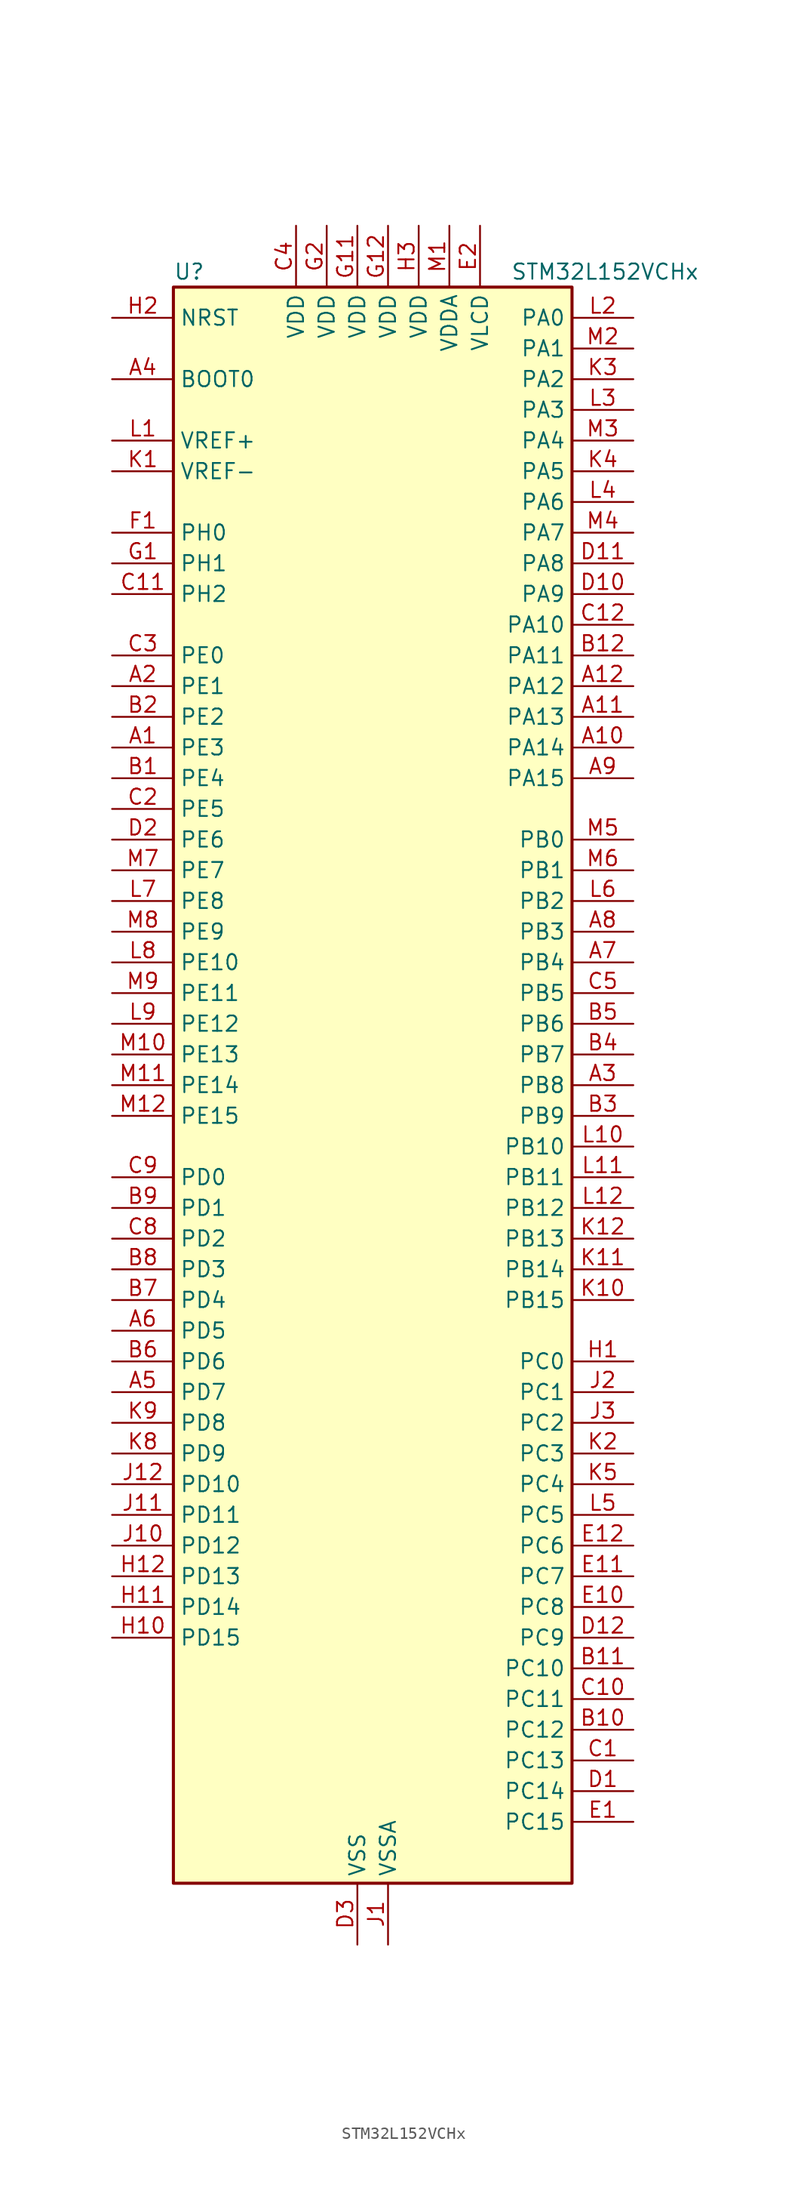
<source format=kicad_sym>
(kicad_symbol_lib
  (version 20231120)
  (generator "kicad-library-utils")
  (generator_version "8.0")
  (symbol "STM32L152VCHx"
    (property "Reference" "U"
      (at -15.24 67.31 0)
      (effects (font (size 1.27 1.27)) (justify left)))
    (property "Value" "STM32L152VCHx"
      (at 12.7 67.31 0)
      (effects (font (size 1.27 1.27)) (justify left)))
    (symbol "STM32L152VCHx_0_1"
      (rectangle (start -15.24 -66.04) (end 17.78 66.04) (stroke (width 0.254) (type default)) (fill (type background))))
    (symbol "STM32L152VCHx_1_1"
      (pin bidirectional line (at -20.32 27.94 0) (length 5.08) (name "PE3" (effects (font (size 1.27 1.27)))) (number "A1" (effects (font (size 1.27 1.27)))) (alternate "LCD_SEG39" bidirectional line) (alternate "SYS_TRACED0" bidirectional line) (alternate "TIM3_CH1" bidirectional line) (alternate "TIMX_IC4" bidirectional line))
      (pin bidirectional line (at 22.86 27.94 180) (length 5.08) (name "PA14" (effects (font (size 1.27 1.27)))) (number "A10" (effects (font (size 1.27 1.27)))) (alternate "SYS_JTCK-SWCLK" bidirectional line) (alternate "TIMX_IC3" bidirectional line) (alternate "TS_G5_IO2" bidirectional line))
      (pin bidirectional line (at 22.86 30.48 180) (length 5.08) (name "PA13" (effects (font (size 1.27 1.27)))) (number "A11" (effects (font (size 1.27 1.27)))) (alternate "SYS_JTMS-SWDIO" bidirectional line) (alternate "TIMX_IC2" bidirectional line) (alternate "TS_G5_IO1" bidirectional line))
      (pin bidirectional line (at 22.86 33.02 180) (length 5.08) (name "PA12" (effects (font (size 1.27 1.27)))) (number "A12" (effects (font (size 1.27 1.27)))) (alternate "SPI1_MOSI" bidirectional line) (alternate "TIMX_IC1" bidirectional line) (alternate "USART1_RTS" bidirectional line) (alternate "USB_DP" bidirectional line))
      (pin bidirectional line (at -20.32 33.02 0) (length 5.08) (name "PE1" (effects (font (size 1.27 1.27)))) (number "A2" (effects (font (size 1.27 1.27)))) (alternate "LCD_SEG37" bidirectional line) (alternate "TIM11_CH1" bidirectional line) (alternate "TIMX_IC2" bidirectional line))
      (pin bidirectional line (at 22.86 0 180) (length 5.08) (name "PB8" (effects (font (size 1.27 1.27)))) (number "A3" (effects (font (size 1.27 1.27)))) (alternate "I2C1_SCL" bidirectional line) (alternate "LCD_SEG16" bidirectional line) (alternate "TIM10_CH1" bidirectional line) (alternate "TIM4_CH3" bidirectional line))
      (pin input line (at -20.32 58.42 0) (length 5.08) (name "BOOT0" (effects (font (size 1.27 1.27)))) (number "A4" (effects (font (size 1.27 1.27)))))
      (pin bidirectional line (at -20.32 -25.4 0) (length 5.08) (name "PD7" (effects (font (size 1.27 1.27)))) (number "A5" (effects (font (size 1.27 1.27)))) (alternate "TIM9_CH2" bidirectional line) (alternate "TIMX_IC4" bidirectional line) (alternate "USART2_CK" bidirectional line))
      (pin bidirectional line (at -20.32 -20.32 0) (length 5.08) (name "PD5" (effects (font (size 1.27 1.27)))) (number "A6" (effects (font (size 1.27 1.27)))) (alternate "TIMX_IC2" bidirectional line) (alternate "USART2_TX" bidirectional line))
      (pin bidirectional line (at 22.86 10.16 180) (length 5.08) (name "PB4" (effects (font (size 1.27 1.27)))) (number "A7" (effects (font (size 1.27 1.27)))) (alternate "COMP2_INP" bidirectional line) (alternate "LCD_SEG8" bidirectional line) (alternate "SPI1_MISO" bidirectional line) (alternate "SPI3_MISO" bidirectional line) (alternate "SYS_JTRST" bidirectional line) (alternate "TIM3_CH1" bidirectional line) (alternate "TS_G6_IO1" bidirectional line))
      (pin bidirectional line (at 22.86 12.7 180) (length 5.08) (name "PB3" (effects (font (size 1.27 1.27)))) (number "A8" (effects (font (size 1.27 1.27)))) (alternate "COMP2_INM" bidirectional line) (alternate "I2S3_CK" bidirectional line) (alternate "LCD_SEG7" bidirectional line) (alternate "SPI1_SCK" bidirectional line) (alternate "SPI3_SCK" bidirectional line) (alternate "SYS_JTDO-TRACESWO" bidirectional line) (alternate "TIM2_CH2" bidirectional line))
      (pin bidirectional line (at 22.86 25.4 180) (length 5.08) (name "PA15" (effects (font (size 1.27 1.27)))) (number "A9" (effects (font (size 1.27 1.27)))) (alternate "ADC_EXTI15" bidirectional line) (alternate "I2S3_WS" bidirectional line) (alternate "LCD_SEG17" bidirectional line) (alternate "SPI1_NSS" bidirectional line) (alternate "SPI3_NSS" bidirectional line) (alternate "SYS_JTDI" bidirectional line) (alternate "TIM2_CH1" bidirectional line) (alternate "TIM2_ETR" bidirectional line) (alternate "TIMX_IC4" bidirectional line) (alternate "TS_G5_IO3" bidirectional line))
      (pin bidirectional line (at -20.32 25.4 0) (length 5.08) (name "PE4" (effects (font (size 1.27 1.27)))) (number "B1" (effects (font (size 1.27 1.27)))) (alternate "SYS_TRACED1" bidirectional line) (alternate "TIM3_CH2" bidirectional line) (alternate "TIMX_IC1" bidirectional line))
      (pin bidirectional line (at 22.86 -53.34 180) (length 5.08) (name "PC12" (effects (font (size 1.27 1.27)))) (number "B10" (effects (font (size 1.27 1.27)))) (alternate "I2S3_SD" bidirectional line) (alternate "LCD_COM6" bidirectional line) (alternate "LCD_SEG30" bidirectional line) (alternate "LCD_SEG42" bidirectional line) (alternate "SPI3_MOSI" bidirectional line) (alternate "TIMX_IC1" bidirectional line) (alternate "USART3_CK" bidirectional line))
      (pin bidirectional line (at 22.86 -48.26 180) (length 5.08) (name "PC10" (effects (font (size 1.27 1.27)))) (number "B11" (effects (font (size 1.27 1.27)))) (alternate "I2S3_CK" bidirectional line) (alternate "LCD_COM4" bidirectional line) (alternate "LCD_SEG28" bidirectional line) (alternate "LCD_SEG40" bidirectional line) (alternate "SPI3_SCK" bidirectional line) (alternate "TIMX_IC3" bidirectional line) (alternate "USART3_TX" bidirectional line))
      (pin bidirectional line (at 22.86 35.56 180) (length 5.08) (name "PA11" (effects (font (size 1.27 1.27)))) (number "B12" (effects (font (size 1.27 1.27)))) (alternate "ADC_EXTI11" bidirectional line) (alternate "SPI1_MISO" bidirectional line) (alternate "TIMX_IC4" bidirectional line) (alternate "USART1_CTS" bidirectional line) (alternate "USB_DM" bidirectional line))
      (pin bidirectional line (at -20.32 30.48 0) (length 5.08) (name "PE2" (effects (font (size 1.27 1.27)))) (number "B2" (effects (font (size 1.27 1.27)))) (alternate "LCD_SEG38" bidirectional line) (alternate "SYS_TRACECK" bidirectional line) (alternate "TIM3_ETR" bidirectional line) (alternate "TIMX_IC3" bidirectional line))
      (pin bidirectional line (at 22.86 -2.54 180) (length 5.08) (name "PB9" (effects (font (size 1.27 1.27)))) (number "B3" (effects (font (size 1.27 1.27)))) (alternate "DAC_EXTI9" bidirectional line) (alternate "I2C1_SDA" bidirectional line) (alternate "LCD_COM3" bidirectional line) (alternate "TIM11_CH1" bidirectional line) (alternate "TIM4_CH4" bidirectional line))
      (pin bidirectional line (at 22.86 2.54 180) (length 5.08) (name "PB7" (effects (font (size 1.27 1.27)))) (number "B4" (effects (font (size 1.27 1.27)))) (alternate "COMP2_INP" bidirectional line) (alternate "I2C1_SDA" bidirectional line) (alternate "SYS_PVD_IN" bidirectional line) (alternate "TIM4_CH2" bidirectional line) (alternate "TS_G6_IO4" bidirectional line) (alternate "USART1_RX" bidirectional line))
      (pin bidirectional line (at 22.86 5.08 180) (length 5.08) (name "PB6" (effects (font (size 1.27 1.27)))) (number "B5" (effects (font (size 1.27 1.27)))) (alternate "COMP2_INP" bidirectional line) (alternate "I2C1_SCL" bidirectional line) (alternate "TIM4_CH1" bidirectional line) (alternate "TS_G6_IO3" bidirectional line) (alternate "USART1_TX" bidirectional line))
      (pin bidirectional line (at -20.32 -22.86 0) (length 5.08) (name "PD6" (effects (font (size 1.27 1.27)))) (number "B6" (effects (font (size 1.27 1.27)))) (alternate "TIMX_IC3" bidirectional line) (alternate "USART2_RX" bidirectional line))
      (pin bidirectional line (at -20.32 -17.78 0) (length 5.08) (name "PD4" (effects (font (size 1.27 1.27)))) (number "B7" (effects (font (size 1.27 1.27)))) (alternate "I2S2_SD" bidirectional line) (alternate "SPI2_MOSI" bidirectional line) (alternate "TIMX_IC1" bidirectional line) (alternate "USART2_RTS" bidirectional line))
      (pin bidirectional line (at -20.32 -15.24 0) (length 5.08) (name "PD3" (effects (font (size 1.27 1.27)))) (number "B8" (effects (font (size 1.27 1.27)))) (alternate "SPI2_MISO" bidirectional line) (alternate "TIMX_IC4" bidirectional line) (alternate "USART2_CTS" bidirectional line))
      (pin bidirectional line (at -20.32 -10.16 0) (length 5.08) (name "PD1" (effects (font (size 1.27 1.27)))) (number "B9" (effects (font (size 1.27 1.27)))) (alternate "I2S2_CK" bidirectional line) (alternate "SPI2_SCK" bidirectional line) (alternate "TIMX_IC2" bidirectional line))
      (pin bidirectional line (at 22.86 -55.88 180) (length 5.08) (name "PC13" (effects (font (size 1.27 1.27)))) (number "C1" (effects (font (size 1.27 1.27)))) (alternate "RTC_OUT_ALARM" bidirectional line) (alternate "RTC_OUT_CALIB" bidirectional line) (alternate "RTC_TAMP1" bidirectional line) (alternate "RTC_TS" bidirectional line) (alternate "SYS_WKUP2" bidirectional line) (alternate "TIMX_IC2" bidirectional line))
      (pin bidirectional line (at 22.86 -50.8 180) (length 5.08) (name "PC11" (effects (font (size 1.27 1.27)))) (number "C10" (effects (font (size 1.27 1.27)))) (alternate "ADC_EXTI11" bidirectional line) (alternate "LCD_COM5" bidirectional line) (alternate "LCD_SEG29" bidirectional line) (alternate "LCD_SEG41" bidirectional line) (alternate "SPI3_MISO" bidirectional line) (alternate "TIMX_IC4" bidirectional line) (alternate "USART3_RX" bidirectional line))
      (pin bidirectional line (at -20.32 40.64 0) (length 5.08) (name "PH2" (effects (font (size 1.27 1.27)))) (number "C11" (effects (font (size 1.27 1.27)))))
      (pin bidirectional line (at 22.86 38.1 180) (length 5.08) (name "PA10" (effects (font (size 1.27 1.27)))) (number "C12" (effects (font (size 1.27 1.27)))) (alternate "LCD_COM2" bidirectional line) (alternate "TIMX_IC3" bidirectional line) (alternate "TS_G4_IO3" bidirectional line) (alternate "USART1_RX" bidirectional line))
      (pin bidirectional line (at -20.32 22.86 0) (length 5.08) (name "PE5" (effects (font (size 1.27 1.27)))) (number "C2" (effects (font (size 1.27 1.27)))) (alternate "SYS_TRACED2" bidirectional line) (alternate "TIM9_CH1" bidirectional line) (alternate "TIMX_IC2" bidirectional line))
      (pin bidirectional line (at -20.32 35.56 0) (length 5.08) (name "PE0" (effects (font (size 1.27 1.27)))) (number "C3" (effects (font (size 1.27 1.27)))) (alternate "LCD_SEG36" bidirectional line) (alternate "TIM10_CH1" bidirectional line) (alternate "TIM4_ETR" bidirectional line) (alternate "TIMX_IC1" bidirectional line))
      (pin power_in line (at -5.08 71.12 270) (length 5.08) (name "VDD" (effects (font (size 1.27 1.27)))) (number "C4" (effects (font (size 1.27 1.27)))))
      (pin bidirectional line (at 22.86 7.62 180) (length 5.08) (name "PB5" (effects (font (size 1.27 1.27)))) (number "C5" (effects (font (size 1.27 1.27)))) (alternate "COMP2_INP" bidirectional line) (alternate "I2C1_SMBA" bidirectional line) (alternate "I2S3_SD" bidirectional line) (alternate "LCD_SEG9" bidirectional line) (alternate "SPI1_MOSI" bidirectional line) (alternate "SPI3_MOSI" bidirectional line) (alternate "TIM3_CH2" bidirectional line) (alternate "TS_G6_IO2" bidirectional line))
      (pin bidirectional line (at -20.32 -12.7 0) (length 5.08) (name "PD2" (effects (font (size 1.27 1.27)))) (number "C8" (effects (font (size 1.27 1.27)))) (alternate "LCD_COM7" bidirectional line) (alternate "LCD_SEG31" bidirectional line) (alternate "LCD_SEG43" bidirectional line) (alternate "TIM3_ETR" bidirectional line) (alternate "TIMX_IC3" bidirectional line))
      (pin bidirectional line (at -20.32 -7.62 0) (length 5.08) (name "PD0" (effects (font (size 1.27 1.27)))) (number "C9" (effects (font (size 1.27 1.27)))) (alternate "I2S2_WS" bidirectional line) (alternate "SPI2_NSS" bidirectional line) (alternate "TIM9_CH1" bidirectional line) (alternate "TIMX_IC1" bidirectional line))
      (pin bidirectional line (at 22.86 -58.42 180) (length 5.08) (name "PC14" (effects (font (size 1.27 1.27)))) (number "D1" (effects (font (size 1.27 1.27)))) (alternate "RCC_OSC32_IN" bidirectional line) (alternate "TIMX_IC3" bidirectional line))
      (pin bidirectional line (at 22.86 40.64 180) (length 5.08) (name "PA9" (effects (font (size 1.27 1.27)))) (number "D10" (effects (font (size 1.27 1.27)))) (alternate "DAC_EXTI9" bidirectional line) (alternate "LCD_COM1" bidirectional line) (alternate "TIMX_IC2" bidirectional line) (alternate "TS_G4_IO2" bidirectional line) (alternate "USART1_TX" bidirectional line))
      (pin bidirectional line (at 22.86 43.18 180) (length 5.08) (name "PA8" (effects (font (size 1.27 1.27)))) (number "D11" (effects (font (size 1.27 1.27)))) (alternate "LCD_COM0" bidirectional line) (alternate "RCC_MCO" bidirectional line) (alternate "TIMX_IC1" bidirectional line) (alternate "TS_G4_IO1" bidirectional line) (alternate "USART1_CK" bidirectional line))
      (pin bidirectional line (at 22.86 -45.72 180) (length 5.08) (name "PC9" (effects (font (size 1.27 1.27)))) (number "D12" (effects (font (size 1.27 1.27)))) (alternate "DAC_EXTI9" bidirectional line) (alternate "LCD_SEG27" bidirectional line) (alternate "TIM3_CH4" bidirectional line) (alternate "TIMX_IC2" bidirectional line) (alternate "TS_G10_IO4" bidirectional line))
      (pin bidirectional line (at -20.32 20.32 0) (length 5.08) (name "PE6" (effects (font (size 1.27 1.27)))) (number "D2" (effects (font (size 1.27 1.27)))) (alternate "RTC_TAMP3" bidirectional line) (alternate "SYS_TRACED3" bidirectional line) (alternate "SYS_WKUP3" bidirectional line) (alternate "TIM9_CH2" bidirectional line) (alternate "TIMX_IC3" bidirectional line))
      (pin power_in line (at 0 -71.12 90) (length 5.08) (name "VSS" (effects (font (size 1.27 1.27)))) (number "D3" (effects (font (size 1.27 1.27)))))
      (pin bidirectional line (at 22.86 -60.96 180) (length 5.08) (name "PC15" (effects (font (size 1.27 1.27)))) (number "E1" (effects (font (size 1.27 1.27)))) (alternate "ADC_EXTI15" bidirectional line) (alternate "RCC_OSC32_OUT" bidirectional line) (alternate "TIMX_IC4" bidirectional line))
      (pin bidirectional line (at 22.86 -43.18 180) (length 5.08) (name "PC8" (effects (font (size 1.27 1.27)))) (number "E10" (effects (font (size 1.27 1.27)))) (alternate "LCD_SEG26" bidirectional line) (alternate "TIM3_CH3" bidirectional line) (alternate "TIMX_IC1" bidirectional line) (alternate "TS_G10_IO3" bidirectional line))
      (pin bidirectional line (at 22.86 -40.64 180) (length 5.08) (name "PC7" (effects (font (size 1.27 1.27)))) (number "E11" (effects (font (size 1.27 1.27)))) (alternate "I2S3_MCK" bidirectional line) (alternate "LCD_SEG25" bidirectional line) (alternate "TIM3_CH2" bidirectional line) (alternate "TIMX_IC4" bidirectional line) (alternate "TS_G10_IO2" bidirectional line))
      (pin bidirectional line (at 22.86 -38.1 180) (length 5.08) (name "PC6" (effects (font (size 1.27 1.27)))) (number "E12" (effects (font (size 1.27 1.27)))) (alternate "I2S2_MCK" bidirectional line) (alternate "LCD_SEG24" bidirectional line) (alternate "TIM3_CH1" bidirectional line) (alternate "TIMX_IC3" bidirectional line) (alternate "TS_G10_IO1" bidirectional line))
      (pin power_in line (at 10.16 71.12 270) (length 5.08) (name "VLCD" (effects (font (size 1.27 1.27)))) (number "E2" (effects (font (size 1.27 1.27)))))
      (pin passive line (at 0 -71.12 90) (length 5.08) hide (name "VSS" (effects (font (size 1.27 1.27)))) (number "E3" (effects (font (size 1.27 1.27)))))
      (pin bidirectional line (at -20.32 45.72 0) (length 5.08) (name "PH0" (effects (font (size 1.27 1.27)))) (number "F1" (effects (font (size 1.27 1.27)))) (alternate "RCC_OSC_IN" bidirectional line))
      (pin passive line (at 0 -71.12 90) (length 5.08) hide (name "VSS" (effects (font (size 1.27 1.27)))) (number "F11" (effects (font (size 1.27 1.27)))))
      (pin passive line (at 0 -71.12 90) (length 5.08) hide (name "VSS" (effects (font (size 1.27 1.27)))) (number "F12" (effects (font (size 1.27 1.27)))))
      (pin passive line (at 0 -71.12 90) (length 5.08) hide (name "VSS" (effects (font (size 1.27 1.27)))) (number "F2" (effects (font (size 1.27 1.27)))))
      (pin bidirectional line (at -20.32 43.18 0) (length 5.08) (name "PH1" (effects (font (size 1.27 1.27)))) (number "G1" (effects (font (size 1.27 1.27)))) (alternate "RCC_OSC_OUT" bidirectional line))
      (pin power_in line (at 0 71.12 270) (length 5.08) (name "VDD" (effects (font (size 1.27 1.27)))) (number "G11" (effects (font (size 1.27 1.27)))))
      (pin power_in line (at 2.54 71.12 270) (length 5.08) (name "VDD" (effects (font (size 1.27 1.27)))) (number "G12" (effects (font (size 1.27 1.27)))))
      (pin power_in line (at -2.54 71.12 270) (length 5.08) (name "VDD" (effects (font (size 1.27 1.27)))) (number "G2" (effects (font (size 1.27 1.27)))))
      (pin bidirectional line (at 22.86 -22.86 180) (length 5.08) (name "PC0" (effects (font (size 1.27 1.27)))) (number "H1" (effects (font (size 1.27 1.27)))) (alternate "ADC_IN10" bidirectional line) (alternate "COMP1_INP" bidirectional line) (alternate "LCD_SEG18" bidirectional line) (alternate "TIMX_IC1" bidirectional line) (alternate "TS_G8_IO1" bidirectional line))
      (pin bidirectional line (at -20.32 -45.72 0) (length 5.08) (name "PD15" (effects (font (size 1.27 1.27)))) (number "H10" (effects (font (size 1.27 1.27)))) (alternate "ADC_EXTI15" bidirectional line) (alternate "LCD_SEG35" bidirectional line) (alternate "TIM4_CH4" bidirectional line) (alternate "TIMX_IC4" bidirectional line))
      (pin bidirectional line (at -20.32 -43.18 0) (length 5.08) (name "PD14" (effects (font (size 1.27 1.27)))) (number "H11" (effects (font (size 1.27 1.27)))) (alternate "LCD_SEG34" bidirectional line) (alternate "TIM4_CH3" bidirectional line) (alternate "TIMX_IC3" bidirectional line))
      (pin bidirectional line (at -20.32 -40.64 0) (length 5.08) (name "PD13" (effects (font (size 1.27 1.27)))) (number "H12" (effects (font (size 1.27 1.27)))) (alternate "LCD_SEG33" bidirectional line) (alternate "TIM4_CH2" bidirectional line) (alternate "TIMX_IC2" bidirectional line))
      (pin input line (at -20.32 63.5 0) (length 5.08) (name "NRST" (effects (font (size 1.27 1.27)))) (number "H2" (effects (font (size 1.27 1.27)))))
      (pin power_in line (at 5.08 71.12 270) (length 5.08) (name "VDD" (effects (font (size 1.27 1.27)))) (number "H3" (effects (font (size 1.27 1.27)))))
      (pin power_in line (at 2.54 -71.12 90) (length 5.08) (name "VSSA" (effects (font (size 1.27 1.27)))) (number "J1" (effects (font (size 1.27 1.27)))))
      (pin bidirectional line (at -20.32 -38.1 0) (length 5.08) (name "PD12" (effects (font (size 1.27 1.27)))) (number "J10" (effects (font (size 1.27 1.27)))) (alternate "LCD_SEG32" bidirectional line) (alternate "TIM4_CH1" bidirectional line) (alternate "TIMX_IC1" bidirectional line) (alternate "USART3_RTS" bidirectional line))
      (pin bidirectional line (at -20.32 -35.56 0) (length 5.08) (name "PD11" (effects (font (size 1.27 1.27)))) (number "J11" (effects (font (size 1.27 1.27)))) (alternate "ADC_EXTI11" bidirectional line) (alternate "LCD_SEG31" bidirectional line) (alternate "TIMX_IC4" bidirectional line) (alternate "USART3_CTS" bidirectional line))
      (pin bidirectional line (at -20.32 -33.02 0) (length 5.08) (name "PD10" (effects (font (size 1.27 1.27)))) (number "J12" (effects (font (size 1.27 1.27)))) (alternate "LCD_SEG30" bidirectional line) (alternate "TIMX_IC3" bidirectional line) (alternate "USART3_CK" bidirectional line))
      (pin bidirectional line (at 22.86 -25.4 180) (length 5.08) (name "PC1" (effects (font (size 1.27 1.27)))) (number "J2" (effects (font (size 1.27 1.27)))) (alternate "ADC_IN11" bidirectional line) (alternate "COMP1_INP" bidirectional line) (alternate "LCD_SEG19" bidirectional line) (alternate "TIMX_IC2" bidirectional line) (alternate "TS_G8_IO2" bidirectional line))
      (pin bidirectional line (at 22.86 -27.94 180) (length 5.08) (name "PC2" (effects (font (size 1.27 1.27)))) (number "J3" (effects (font (size 1.27 1.27)))) (alternate "ADC_IN12" bidirectional line) (alternate "COMP1_INP" bidirectional line) (alternate "LCD_SEG20" bidirectional line) (alternate "TIMX_IC3" bidirectional line) (alternate "TS_G8_IO3" bidirectional line))
      (pin input line (at -20.32 50.8 0) (length 5.08) (name "VREF-" (effects (font (size 1.27 1.27)))) (number "K1" (effects (font (size 1.27 1.27)))))
      (pin bidirectional line (at 22.86 -17.78 180) (length 5.08) (name "PB15" (effects (font (size 1.27 1.27)))) (number "K10" (effects (font (size 1.27 1.27)))) (alternate "ADC_EXTI15" bidirectional line) (alternate "ADC_IN21" bidirectional line) (alternate "COMP1_INP" bidirectional line) (alternate "I2S2_SD" bidirectional line) (alternate "LCD_SEG15" bidirectional line) (alternate "RTC_REFIN" bidirectional line) (alternate "SPI2_MOSI" bidirectional line) (alternate "TIM11_CH1" bidirectional line) (alternate "TS_G7_IO4" bidirectional line))
      (pin bidirectional line (at 22.86 -15.24 180) (length 5.08) (name "PB14" (effects (font (size 1.27 1.27)))) (number "K11" (effects (font (size 1.27 1.27)))) (alternate "ADC_IN20" bidirectional line) (alternate "COMP1_INP" bidirectional line) (alternate "LCD_SEG14" bidirectional line) (alternate "SPI2_MISO" bidirectional line) (alternate "TIM9_CH2" bidirectional line) (alternate "TS_G7_IO3" bidirectional line) (alternate "USART3_RTS" bidirectional line))
      (pin bidirectional line (at 22.86 -12.7 180) (length 5.08) (name "PB13" (effects (font (size 1.27 1.27)))) (number "K12" (effects (font (size 1.27 1.27)))) (alternate "ADC_IN19" bidirectional line) (alternate "COMP1_INP" bidirectional line) (alternate "I2S2_CK" bidirectional line) (alternate "LCD_SEG13" bidirectional line) (alternate "SPI2_SCK" bidirectional line) (alternate "TIM9_CH1" bidirectional line) (alternate "TS_G7_IO2" bidirectional line) (alternate "USART3_CTS" bidirectional line))
      (pin bidirectional line (at 22.86 -30.48 180) (length 5.08) (name "PC3" (effects (font (size 1.27 1.27)))) (number "K2" (effects (font (size 1.27 1.27)))) (alternate "ADC_IN13" bidirectional line) (alternate "COMP1_INP" bidirectional line) (alternate "LCD_SEG21" bidirectional line) (alternate "TIMX_IC4" bidirectional line) (alternate "TS_G8_IO4" bidirectional line))
      (pin bidirectional line (at 22.86 58.42 180) (length 5.08) (name "PA2" (effects (font (size 1.27 1.27)))) (number "K3" (effects (font (size 1.27 1.27)))) (alternate "ADC_IN2" bidirectional line) (alternate "COMP1_INP" bidirectional line) (alternate "LCD_SEG1" bidirectional line) (alternate "OPAMP1_VINM" bidirectional line) (alternate "TIM2_CH3" bidirectional line) (alternate "TIM5_CH3" bidirectional line) (alternate "TIM9_CH1" bidirectional line) (alternate "TIMX_IC3" bidirectional line) (alternate "TS_G1_IO3" bidirectional line) (alternate "USART2_TX" bidirectional line))
      (pin bidirectional line (at 22.86 50.8 180) (length 5.08) (name "PA5" (effects (font (size 1.27 1.27)))) (number "K4" (effects (font (size 1.27 1.27)))) (alternate "ADC_IN5" bidirectional line) (alternate "COMP1_INP" bidirectional line) (alternate "DAC_OUT2" bidirectional line) (alternate "SPI1_SCK" bidirectional line) (alternate "TIM2_CH1" bidirectional line) (alternate "TIM2_ETR" bidirectional line) (alternate "TIMX_IC2" bidirectional line))
      (pin bidirectional line (at 22.86 -33.02 180) (length 5.08) (name "PC4" (effects (font (size 1.27 1.27)))) (number "K5" (effects (font (size 1.27 1.27)))) (alternate "ADC_IN14" bidirectional line) (alternate "COMP1_INP" bidirectional line) (alternate "LCD_SEG22" bidirectional line) (alternate "TIMX_IC1" bidirectional line) (alternate "TS_G9_IO1" bidirectional line))
      (pin bidirectional line (at -20.32 -30.48 0) (length 5.08) (name "PD9" (effects (font (size 1.27 1.27)))) (number "K8" (effects (font (size 1.27 1.27)))) (alternate "DAC_EXTI9" bidirectional line) (alternate "LCD_SEG29" bidirectional line) (alternate "TIMX_IC2" bidirectional line) (alternate "USART3_RX" bidirectional line))
      (pin bidirectional line (at -20.32 -27.94 0) (length 5.08) (name "PD8" (effects (font (size 1.27 1.27)))) (number "K9" (effects (font (size 1.27 1.27)))) (alternate "LCD_SEG28" bidirectional line) (alternate "TIMX_IC1" bidirectional line) (alternate "USART3_TX" bidirectional line))
      (pin input line (at -20.32 53.34 0) (length 5.08) (name "VREF+" (effects (font (size 1.27 1.27)))) (number "L1" (effects (font (size 1.27 1.27)))))
      (pin bidirectional line (at 22.86 -5.08 180) (length 5.08) (name "PB10" (effects (font (size 1.27 1.27)))) (number "L10" (effects (font (size 1.27 1.27)))) (alternate "I2C2_SCL" bidirectional line) (alternate "LCD_SEG10" bidirectional line) (alternate "TIM2_CH3" bidirectional line) (alternate "USART3_TX" bidirectional line))
      (pin bidirectional line (at 22.86 -7.62 180) (length 5.08) (name "PB11" (effects (font (size 1.27 1.27)))) (number "L11" (effects (font (size 1.27 1.27)))) (alternate "ADC_EXTI11" bidirectional line) (alternate "I2C2_SDA" bidirectional line) (alternate "LCD_SEG11" bidirectional line) (alternate "TIM2_CH4" bidirectional line) (alternate "USART3_RX" bidirectional line))
      (pin bidirectional line (at 22.86 -10.16 180) (length 5.08) (name "PB12" (effects (font (size 1.27 1.27)))) (number "L12" (effects (font (size 1.27 1.27)))) (alternate "ADC_IN18" bidirectional line) (alternate "COMP1_INP" bidirectional line) (alternate "I2C2_SMBA" bidirectional line) (alternate "I2S2_WS" bidirectional line) (alternate "LCD_SEG12" bidirectional line) (alternate "SPI2_NSS" bidirectional line) (alternate "TIM10_CH1" bidirectional line) (alternate "TS_G7_IO1" bidirectional line) (alternate "USART3_CK" bidirectional line))
      (pin bidirectional line (at 22.86 63.5 180) (length 5.08) (name "PA0" (effects (font (size 1.27 1.27)))) (number "L2" (effects (font (size 1.27 1.27)))) (alternate "ADC_IN0" bidirectional line) (alternate "COMP1_INP" bidirectional line) (alternate "RTC_TAMP2" bidirectional line) (alternate "SYS_WKUP1" bidirectional line) (alternate "TIM2_CH1" bidirectional line) (alternate "TIM2_ETR" bidirectional line) (alternate "TIM5_CH1" bidirectional line) (alternate "TIMX_IC1" bidirectional line) (alternate "TS_G1_IO1" bidirectional line) (alternate "USART2_CTS" bidirectional line))
      (pin bidirectional line (at 22.86 55.88 180) (length 5.08) (name "PA3" (effects (font (size 1.27 1.27)))) (number "L3" (effects (font (size 1.27 1.27)))) (alternate "ADC_IN3" bidirectional line) (alternate "COMP1_INP" bidirectional line) (alternate "LCD_SEG2" bidirectional line) (alternate "OPAMP1_VOUT" bidirectional line) (alternate "TIM2_CH4" bidirectional line) (alternate "TIM5_CH4" bidirectional line) (alternate "TIM9_CH2" bidirectional line) (alternate "TIMX_IC4" bidirectional line) (alternate "TS_G1_IO4" bidirectional line) (alternate "USART2_RX" bidirectional line))
      (pin bidirectional line (at 22.86 48.26 180) (length 5.08) (name "PA6" (effects (font (size 1.27 1.27)))) (number "L4" (effects (font (size 1.27 1.27)))) (alternate "ADC_IN6" bidirectional line) (alternate "COMP1_INP" bidirectional line) (alternate "LCD_SEG3" bidirectional line) (alternate "OPAMP2_VINP" bidirectional line) (alternate "SPI1_MISO" bidirectional line) (alternate "TIM10_CH1" bidirectional line) (alternate "TIM3_CH1" bidirectional line) (alternate "TIMX_IC3" bidirectional line) (alternate "TS_G2_IO1" bidirectional line))
      (pin bidirectional line (at 22.86 -35.56 180) (length 5.08) (name "PC5" (effects (font (size 1.27 1.27)))) (number "L5" (effects (font (size 1.27 1.27)))) (alternate "ADC_IN15" bidirectional line) (alternate "COMP1_INP" bidirectional line) (alternate "LCD_SEG23" bidirectional line) (alternate "TIMX_IC2" bidirectional line) (alternate "TS_G9_IO2" bidirectional line))
      (pin bidirectional line (at 22.86 15.24 180) (length 5.08) (name "PB2" (effects (font (size 1.27 1.27)))) (number "L6" (effects (font (size 1.27 1.27)))) (alternate "TS_G3_IO3" bidirectional line))
      (pin bidirectional line (at -20.32 15.24 0) (length 5.08) (name "PE8" (effects (font (size 1.27 1.27)))) (number "L7" (effects (font (size 1.27 1.27)))) (alternate "ADC_IN23" bidirectional line) (alternate "COMP1_INP" bidirectional line) (alternate "TIMX_IC1" bidirectional line))
      (pin bidirectional line (at -20.32 10.16 0) (length 5.08) (name "PE10" (effects (font (size 1.27 1.27)))) (number "L8" (effects (font (size 1.27 1.27)))) (alternate "ADC_IN25" bidirectional line) (alternate "COMP1_INP" bidirectional line) (alternate "TIM2_CH2" bidirectional line) (alternate "TIMX_IC3" bidirectional line))
      (pin bidirectional line (at -20.32 5.08 0) (length 5.08) (name "PE12" (effects (font (size 1.27 1.27)))) (number "L9" (effects (font (size 1.27 1.27)))) (alternate "SPI1_NSS" bidirectional line) (alternate "TIM2_CH4" bidirectional line) (alternate "TIMX_IC1" bidirectional line))
      (pin power_in line (at 7.62 71.12 270) (length 5.08) (name "VDDA" (effects (font (size 1.27 1.27)))) (number "M1" (effects (font (size 1.27 1.27)))))
      (pin bidirectional line (at -20.32 2.54 0) (length 5.08) (name "PE13" (effects (font (size 1.27 1.27)))) (number "M10" (effects (font (size 1.27 1.27)))) (alternate "SPI1_SCK" bidirectional line) (alternate "TIMX_IC2" bidirectional line))
      (pin bidirectional line (at -20.32 0 0) (length 5.08) (name "PE14" (effects (font (size 1.27 1.27)))) (number "M11" (effects (font (size 1.27 1.27)))) (alternate "SPI1_MISO" bidirectional line) (alternate "TIMX_IC3" bidirectional line))
      (pin bidirectional line (at -20.32 -2.54 0) (length 5.08) (name "PE15" (effects (font (size 1.27 1.27)))) (number "M12" (effects (font (size 1.27 1.27)))) (alternate "ADC_EXTI15" bidirectional line) (alternate "SPI1_MOSI" bidirectional line) (alternate "TIMX_IC4" bidirectional line))
      (pin bidirectional line (at 22.86 60.96 180) (length 5.08) (name "PA1" (effects (font (size 1.27 1.27)))) (number "M2" (effects (font (size 1.27 1.27)))) (alternate "ADC_IN1" bidirectional line) (alternate "COMP1_INP" bidirectional line) (alternate "LCD_SEG0" bidirectional line) (alternate "OPAMP1_VINP" bidirectional line) (alternate "TIM2_CH2" bidirectional line) (alternate "TIM5_CH2" bidirectional line) (alternate "TIMX_IC2" bidirectional line) (alternate "TS_G1_IO2" bidirectional line) (alternate "USART2_RTS" bidirectional line))
      (pin bidirectional line (at 22.86 53.34 180) (length 5.08) (name "PA4" (effects (font (size 1.27 1.27)))) (number "M3" (effects (font (size 1.27 1.27)))) (alternate "ADC_IN4" bidirectional line) (alternate "COMP1_INP" bidirectional line) (alternate "DAC_OUT1" bidirectional line) (alternate "I2S3_WS" bidirectional line) (alternate "SPI1_NSS" bidirectional line) (alternate "SPI3_NSS" bidirectional line) (alternate "TIMX_IC1" bidirectional line) (alternate "USART2_CK" bidirectional line))
      (pin bidirectional line (at 22.86 45.72 180) (length 5.08) (name "PA7" (effects (font (size 1.27 1.27)))) (number "M4" (effects (font (size 1.27 1.27)))) (alternate "ADC_IN7" bidirectional line) (alternate "COMP1_INP" bidirectional line) (alternate "LCD_SEG4" bidirectional line) (alternate "OPAMP2_VINM" bidirectional line) (alternate "SPI1_MOSI" bidirectional line) (alternate "TIM11_CH1" bidirectional line) (alternate "TIM3_CH2" bidirectional line) (alternate "TIMX_IC4" bidirectional line) (alternate "TS_G2_IO2" bidirectional line))
      (pin bidirectional line (at 22.86 20.32 180) (length 5.08) (name "PB0" (effects (font (size 1.27 1.27)))) (number "M5" (effects (font (size 1.27 1.27)))) (alternate "ADC_IN8" bidirectional line) (alternate "COMP1_INP" bidirectional line) (alternate "LCD_SEG5" bidirectional line) (alternate "OPAMP2_VOUT" bidirectional line) (alternate "SYS_V_REF_OUT" bidirectional line) (alternate "TIM3_CH3" bidirectional line) (alternate "TS_G3_IO1" bidirectional line))
      (pin bidirectional line (at 22.86 17.78 180) (length 5.08) (name "PB1" (effects (font (size 1.27 1.27)))) (number "M6" (effects (font (size 1.27 1.27)))) (alternate "ADC_IN9" bidirectional line) (alternate "COMP1_INP" bidirectional line) (alternate "LCD_SEG6" bidirectional line) (alternate "SYS_V_REF_OUT" bidirectional line) (alternate "TIM3_CH4" bidirectional line) (alternate "TS_G3_IO2" bidirectional line))
      (pin bidirectional line (at -20.32 17.78 0) (length 5.08) (name "PE7" (effects (font (size 1.27 1.27)))) (number "M7" (effects (font (size 1.27 1.27)))) (alternate "ADC_IN22" bidirectional line) (alternate "COMP1_INP" bidirectional line) (alternate "TIMX_IC4" bidirectional line))
      (pin bidirectional line (at -20.32 12.7 0) (length 5.08) (name "PE9" (effects (font (size 1.27 1.27)))) (number "M8" (effects (font (size 1.27 1.27)))) (alternate "ADC_IN24" bidirectional line) (alternate "COMP1_INP" bidirectional line) (alternate "DAC_EXTI9" bidirectional line) (alternate "TIM2_CH1" bidirectional line) (alternate "TIM2_ETR" bidirectional line) (alternate "TIM5_ETR" bidirectional line) (alternate "TIMX_IC2" bidirectional line))
      (pin bidirectional line (at -20.32 7.62 0) (length 5.08) (name "PE11" (effects (font (size 1.27 1.27)))) (number "M9" (effects (font (size 1.27 1.27)))) (alternate "ADC_EXTI11" bidirectional line) (alternate "TIM2_CH3" bidirectional line) (alternate "TIMX_IC4" bidirectional line)))))
</source>
